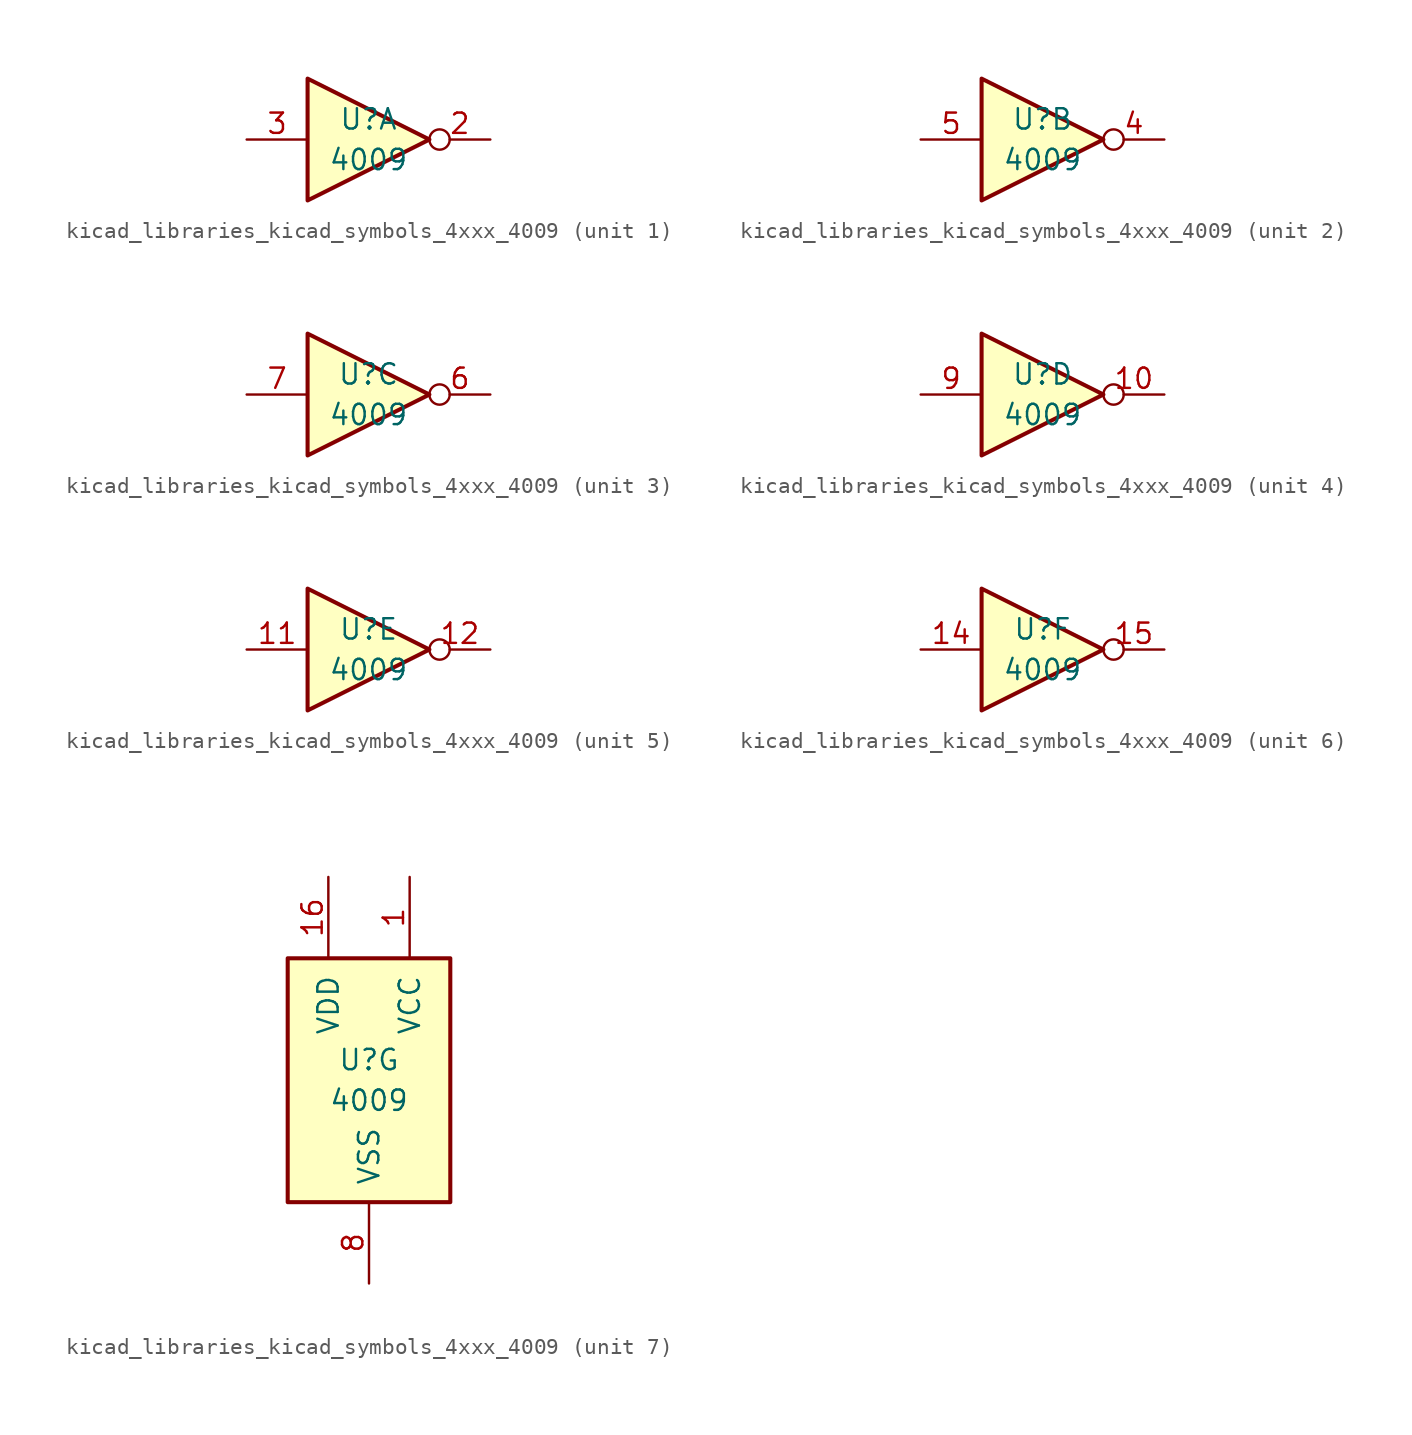
<source format=kicad_sym>
(kicad_symbol_lib
  (version 20220914)
  (generator kicad_symbol_editor)
  (symbol "kicad_libraries_kicad_symbols_4xxx_4009"
    (pin_names
      (offset 1.016))
    (property "Reference" "U"
      (at 0 1.27 0)
      (effects (font (size 1.27 1.27))))
    (property "Value" "4009"
      (at 0 -1.27 0)
      (effects (font (size 1.27 1.27))))
    (property "ki_locked" ""
      (at 0 0 0)
      (effects (font (size 1.27 1.27))))
    (symbol "kicad_libraries_kicad_symbols_4xxx_4009_1_0"
      (polyline (pts (xy -3.81 3.81) (xy -3.81 -3.81) (xy 3.81 0) (xy -3.81 3.81)) (stroke (width 0.254) (type default)) (fill (type background)))
      (pin output inverted (at 7.62 0 180) (length 3.81) (name "~" (effects (font (size 1.27 1.27)))) (number "2" (effects (font (size 1.27 1.27)))))
      (pin input line (at -7.62 0 0) (length 3.81) (name "~" (effects (font (size 1.27 1.27)))) (number "3" (effects (font (size 1.27 1.27))))))
    (symbol "kicad_libraries_kicad_symbols_4xxx_4009_2_0"
      (polyline (pts (xy -3.81 3.81) (xy -3.81 -3.81) (xy 3.81 0) (xy -3.81 3.81)) (stroke (width 0.254) (type default)) (fill (type background)))
      (pin output inverted (at 7.62 0 180) (length 3.81) (name "~" (effects (font (size 1.27 1.27)))) (number "4" (effects (font (size 1.27 1.27)))))
      (pin input line (at -7.62 0 0) (length 3.81) (name "~" (effects (font (size 1.27 1.27)))) (number "5" (effects (font (size 1.27 1.27))))))
    (symbol "kicad_libraries_kicad_symbols_4xxx_4009_3_0"
      (polyline (pts (xy -3.81 3.81) (xy -3.81 -3.81) (xy 3.81 0) (xy -3.81 3.81)) (stroke (width 0.254) (type default)) (fill (type background)))
      (pin output inverted (at 7.62 0 180) (length 3.81) (name "~" (effects (font (size 1.27 1.27)))) (number "6" (effects (font (size 1.27 1.27)))))
      (pin input line (at -7.62 0 0) (length 3.81) (name "~" (effects (font (size 1.27 1.27)))) (number "7" (effects (font (size 1.27 1.27))))))
    (symbol "kicad_libraries_kicad_symbols_4xxx_4009_4_0"
      (polyline (pts (xy -3.81 3.81) (xy -3.81 -3.81) (xy 3.81 0) (xy -3.81 3.81)) (stroke (width 0.254) (type default)) (fill (type background)))
      (pin output inverted (at 7.62 0 180) (length 3.81) (name "~" (effects (font (size 1.27 1.27)))) (number "10" (effects (font (size 1.27 1.27)))))
      (pin input line (at -7.62 0 0) (length 3.81) (name "~" (effects (font (size 1.27 1.27)))) (number "9" (effects (font (size 1.27 1.27))))))
    (symbol "kicad_libraries_kicad_symbols_4xxx_4009_5_0"
      (polyline (pts (xy -3.81 3.81) (xy -3.81 -3.81) (xy 3.81 0) (xy -3.81 3.81)) (stroke (width 0.254) (type default)) (fill (type background)))
      (pin input line (at -7.62 0 0) (length 3.81) (name "~" (effects (font (size 1.27 1.27)))) (number "11" (effects (font (size 1.27 1.27)))))
      (pin output inverted (at 7.62 0 180) (length 3.81) (name "~" (effects (font (size 1.27 1.27)))) (number "12" (effects (font (size 1.27 1.27))))))
    (symbol "kicad_libraries_kicad_symbols_4xxx_4009_6_0"
      (polyline (pts (xy -3.81 3.81) (xy -3.81 -3.81) (xy 3.81 0) (xy -3.81 3.81)) (stroke (width 0.254) (type default)) (fill (type background)))
      (pin input line (at -7.62 0 0) (length 3.81) (name "~" (effects (font (size 1.27 1.27)))) (number "14" (effects (font (size 1.27 1.27)))))
      (pin output inverted (at 7.62 0 180) (length 3.81) (name "~" (effects (font (size 1.27 1.27)))) (number "15" (effects (font (size 1.27 1.27))))))
    (symbol "kicad_libraries_kicad_symbols_4xxx_4009_7_0"
      (pin power_in line (at 2.54 12.7 270) (length 5.08) (name "VCC" (effects (font (size 1.27 1.27)))) (number "1" (effects (font (size 1.27 1.27)))))
      (pin power_in line (at -2.54 12.7 270) (length 5.08) (name "VDD" (effects (font (size 1.27 1.27)))) (number "16" (effects (font (size 1.27 1.27)))))
      (pin power_in line (at 0 -12.7 90) (length 5.08) (name "VSS" (effects (font (size 1.27 1.27)))) (number "8" (effects (font (size 1.27 1.27))))))
    (symbol "kicad_libraries_kicad_symbols_4xxx_4009_7_1"
      (rectangle (start -5.08 7.62) (end 5.08 -7.62) (stroke (width 0.254) (type default)) (fill (type background))))))
</source>
